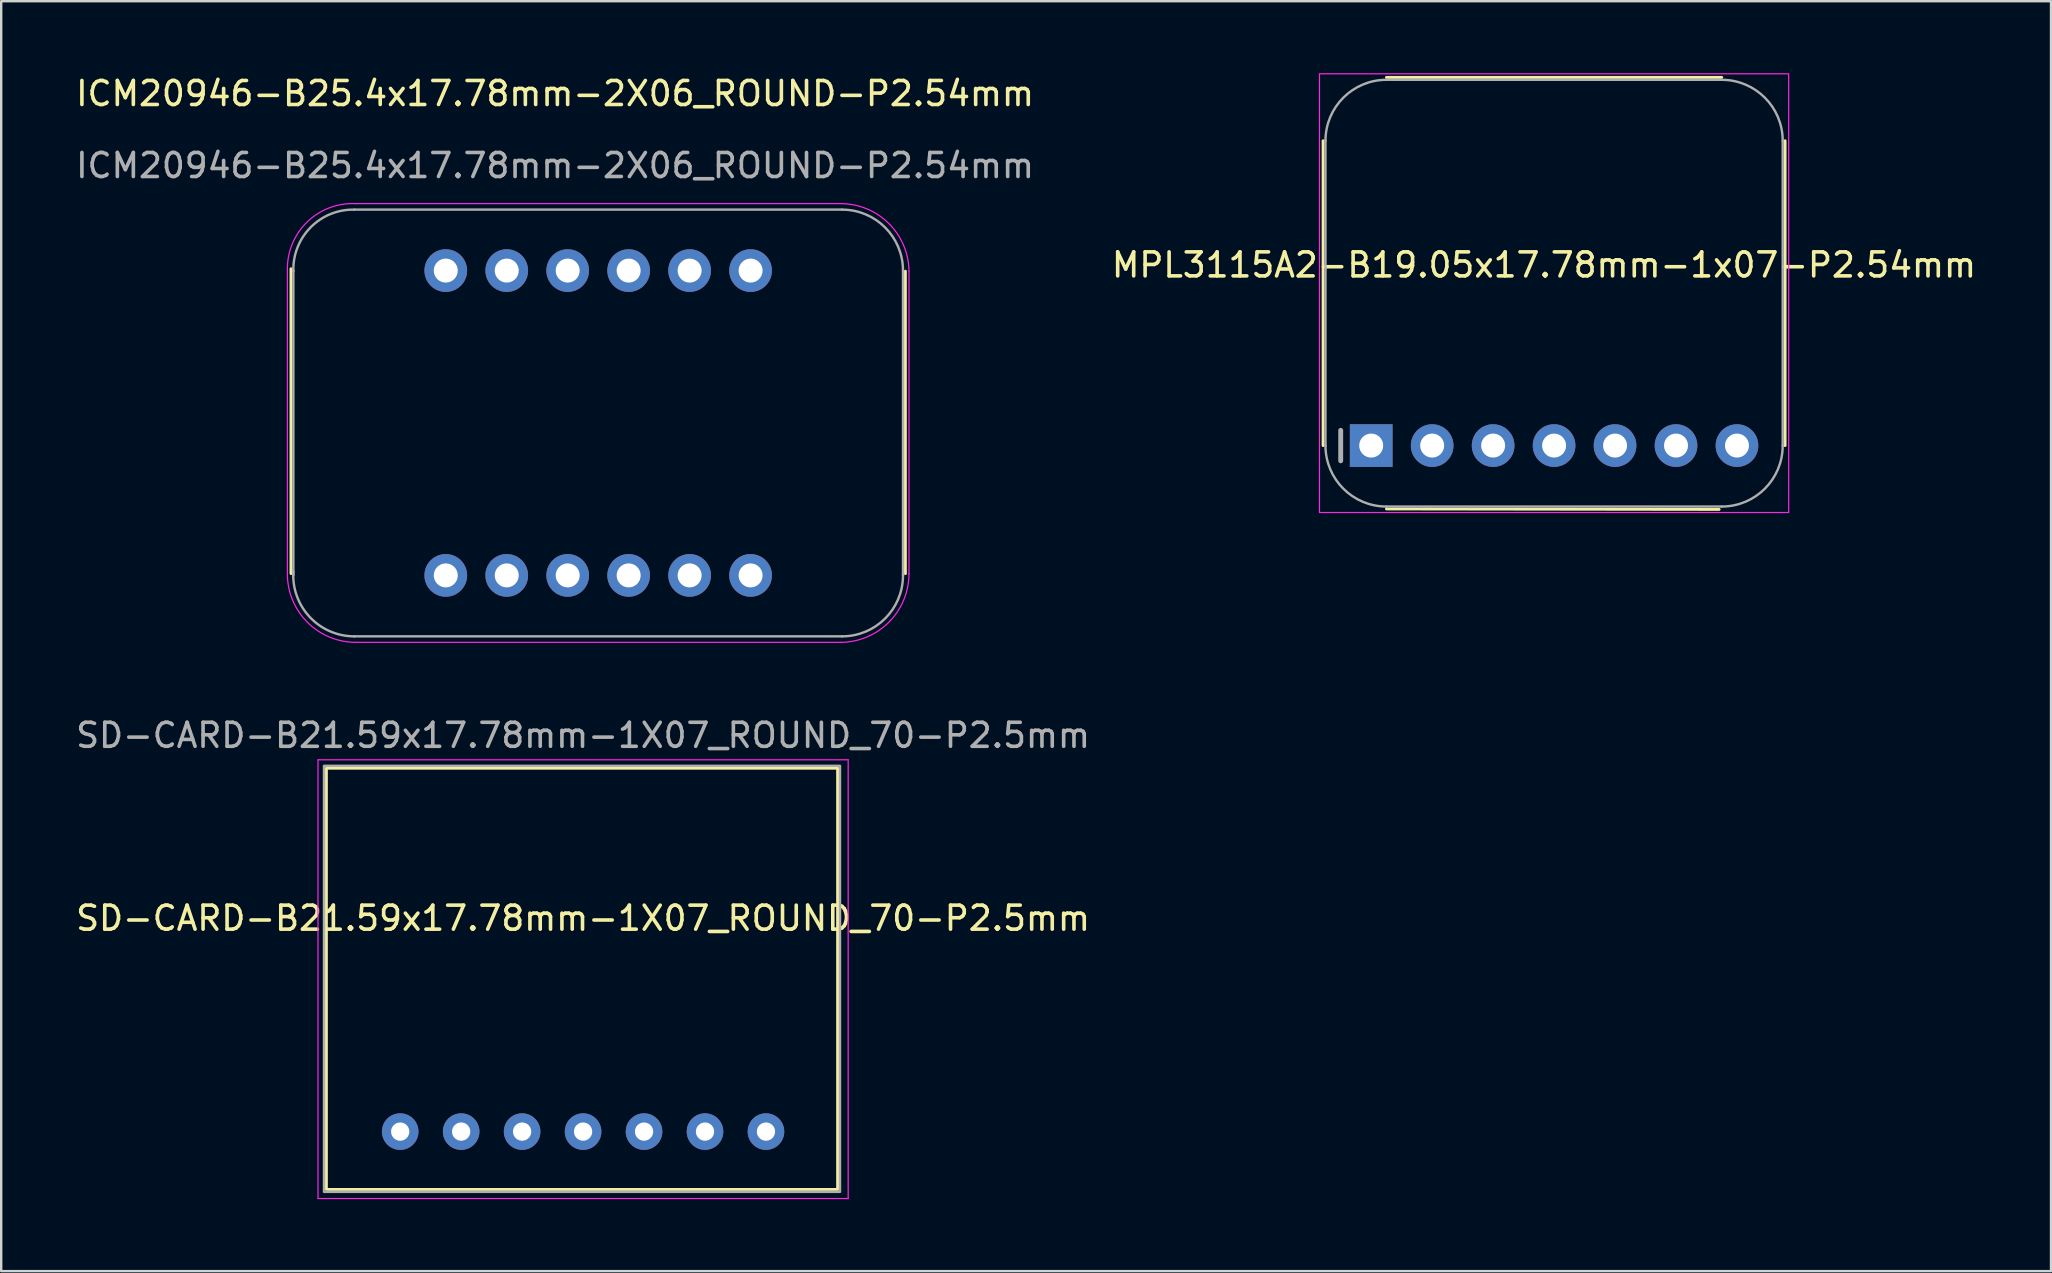
<source format=kicad_pcb>
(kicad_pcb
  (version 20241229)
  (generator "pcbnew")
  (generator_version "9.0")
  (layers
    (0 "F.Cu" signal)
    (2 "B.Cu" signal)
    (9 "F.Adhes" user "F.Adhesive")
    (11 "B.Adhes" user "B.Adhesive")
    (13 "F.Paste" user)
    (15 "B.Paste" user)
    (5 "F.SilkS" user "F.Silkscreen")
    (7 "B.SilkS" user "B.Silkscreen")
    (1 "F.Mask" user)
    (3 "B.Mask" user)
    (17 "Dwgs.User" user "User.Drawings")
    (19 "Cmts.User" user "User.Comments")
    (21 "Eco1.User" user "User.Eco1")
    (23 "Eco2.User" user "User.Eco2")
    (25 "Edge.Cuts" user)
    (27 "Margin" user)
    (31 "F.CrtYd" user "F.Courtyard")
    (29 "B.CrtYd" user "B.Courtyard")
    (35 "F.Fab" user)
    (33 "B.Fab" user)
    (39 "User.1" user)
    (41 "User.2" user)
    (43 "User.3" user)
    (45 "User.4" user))
  (footprint "MPL3115A2-B19.05x17.78mm-1x07-P2.54mm"
    (layer "F.Cu")
    (at 61.316 12.775)
    (property "Reference" "MPL3115A2-B19.05x17.78mm-1x07-P2.54mm" (at -0.036 -4.786 0) (layer "F.SilkS") (effects (font (size 1 1) (thickness 0.15))))
    (attr through_hole)
    (fp_line (start -9.24 2.74) (end -9.24 -9.96) (stroke (width 0.12) (type solid)) (layer "F.SilkS"))
    (fp_line (start -6.6 -12.6) (end 7.37 -12.6) (stroke (width 0.12) (type solid)) (layer "F.SilkS"))
    (fp_line (start -6.6 5.38) (end 7.261 5.4) (stroke (width 0.12) (type solid)) (layer "F.SilkS"))
    (fp_line (start 10.01 -9.96) (end 10.01 2.74) (stroke (width 0.12) (type solid)) (layer "F.SilkS"))
    (fp_rect (start 10.16 5.53) (end -9.39 -12.75) (stroke (width 0.05) (type solid)) (fill no) (layer "F.CrtYd"))
    (fp_line (start -9.14 2.74) (end -9.14 -9.96) (stroke (width 0.1) (type solid)) (layer "F.Fab"))
    (fp_line (start -8.505 2.105) (end -8.505 3.375) (stroke (width 0.203) (type solid)) (layer "F.Fab"))
    (fp_line (start -6.6 -12.5) (end 7.37 -12.5) (stroke (width 0.1) (type solid)) (layer "F.Fab"))
    (fp_line (start 7.37 5.28) (end -6.6 5.28) (stroke (width 0.1) (type solid)) (layer "F.Fab"))
    (fp_line (start 9.91 -9.96) (end 9.91 2.74) (stroke (width 0.1) (type solid)) (layer "F.Fab"))
    (fp_arc (start -9.14 -9.96) (mid -8.396051 -11.756051) (end -6.6 -12.5) (stroke (width 0.1) (type solid)) (layer "F.Fab"))
    (fp_arc (start -6.6 5.28) (mid -8.396051 4.536051) (end -9.14 2.74) (stroke (width 0.1) (type solid)) (layer "F.Fab"))
    (fp_arc (start 7.37 -12.5) (mid 9.166051 -11.756051) (end 9.91 -9.96) (stroke (width 0.1) (type solid)) (layer "F.Fab"))
    (fp_arc (start 9.91 2.74) (mid 9.166051 4.536051) (end 7.37 5.28) (stroke (width 0.1) (type solid)) (layer "F.Fab"))
    (pad "1" thru_hole rect (at -7.235 2.74 90) (size 1.778 1.778) (drill 1) (layers "*.Cu" "*.Mask"))
    (pad "2" thru_hole circle (at -4.695 2.74 90) (size 1.778 1.778) (drill 1) (layers "*.Cu" "*.Mask"))
    (pad "3" thru_hole circle (at -2.155 2.74 90) (size 1.778 1.778) (drill 1) (layers "*.Cu" "*.Mask"))
    (pad "4" thru_hole circle (at 0.385 2.74 90) (size 1.778 1.778) (drill 1) (layers "*.Cu" "*.Mask"))
    (pad "5" thru_hole circle (at 2.925 2.74 90) (size 1.778 1.778) (drill 1) (layers "*.Cu" "*.Mask"))
    (pad "6" thru_hole circle (at 5.465 2.74 90) (size 1.778 1.778) (drill 1) (layers "*.Cu" "*.Mask"))
    (pad "7" thru_hole circle (at 8.005 2.74 90) (size 1.778 1.778) (drill 1) (layers "*.Cu" "*.Mask")))
  (footprint "SD-CARD-B21.59x17.78mm-1X07_ROUND_70-P2.5mm"
    (layer "F.Cu")
    (at 21.244 37.748)
    (property "Reference" "SD-CARD-B21.59x17.78mm-1X07_ROUND_70-P2.5mm" (at 0 -2.54 0) (unlocked yes) (layer "F.SilkS") (effects (font (size 1 1) (thickness 0.15))))
    (attr through_hole)
    (fp_rect (start -10.695 -8.79) (end 10.605 8.76) (stroke (width 0.12) (type solid)) (fill no) (layer "F.SilkS"))
    (fp_line (start -11.045 -9.14) (end -11.045 9.14) (stroke (width 0.05) (type solid)) (layer "F.CrtYd"))
    (fp_line (start -11.045 -9.14) (end 11.045 -9.14) (stroke (width 0.05) (type solid)) (layer "F.CrtYd"))
    (fp_line (start -11.045 9.14) (end 11.045 9.14) (stroke (width 0.05) (type solid)) (layer "F.CrtYd"))
    (fp_line (start 11.045 -9.14) (end 11.045 9.14) (stroke (width 0.05) (type solid)) (layer "F.CrtYd"))
    (fp_rect (start -10.795 -8.89) (end 10.705 8.86) (stroke (width 0.1) (type solid)) (fill no) (layer "F.Fab"))
    (fp_text user "${REFERENCE}" (at 0 -10.16 0) (unlocked yes) (layer "F.Fab") (effects (font (size 1 1) (thickness 0.15))))
    (pad "1" thru_hole circle (at -7.62 6.35) (size 1.524 1.524) (drill 0.762) (layers "*.Cu" "*.Mask"))
    (pad "2" thru_hole circle (at -5.08 6.35) (size 1.524 1.524) (drill 0.762) (layers "*.Cu" "*.Mask"))
    (pad "3" thru_hole circle (at -2.54 6.35) (size 1.524 1.524) (drill 0.762) (layers "*.Cu" "*.Mask"))
    (pad "4" thru_hole circle (at 0 6.35) (size 1.524 1.524) (drill 0.762) (layers "*.Cu" "*.Mask"))
    (pad "5" thru_hole circle (at 2.54 6.35) (size 1.524 1.524) (drill 0.762) (layers "*.Cu" "*.Mask"))
    (pad "6" thru_hole circle (at 5.08 6.35) (size 1.524 1.524) (drill 0.762) (layers "*.Cu" "*.Mask"))
    (pad "7" thru_hole circle (at 7.62 6.35) (size 1.524 1.524) (drill 0.762) (layers "*.Cu" "*.Mask")))
  (footprint "ICM20946-B25.4x17.78mm-2X06_ROUND-P2.54mm"
    (layer "F.Cu")
    (at 20.077 1.348)
    (property "Reference" "ICM20946-B25.4x17.78mm-2X06_ROUND-P2.54mm" (at 0 -0.5 0) (unlocked yes) (layer "F.SilkS") (effects (font (size 1 1) (thickness 0.15))))
    (attr through_hole)
    (fp_line (start -11.004 19.5) (end -11.004 6.8) (stroke (width 0.12) (type solid)) (layer "F.SilkS"))
    (fp_line (start 14.596 19.5) (end 14.596 6.9) (stroke (width 0.12) (type solid)) (layer "F.SilkS"))
    (fp_line (start -11.154 6.8) (end -11.154 19.5) (stroke (width 0.05) (type solid)) (layer "F.CrtYd"))
    (fp_line (start -8.3 4.086) (end 11.9 4.086) (stroke (width 0.05) (type solid)) (layer "F.CrtYd"))
    (fp_line (start -8.3 22.366) (end 11.9 22.366) (stroke (width 0.05) (type solid)) (layer "F.CrtYd"))
    (fp_line (start 14.746 6.9) (end 14.746 19.5) (stroke (width 0.05) (type solid)) (layer "F.CrtYd"))
    (fp_arc (start -11.153949 6.8) (mid -10.30914 4.830829) (end -8.3 4.086051) (stroke (width 0.05) (type solid)) (layer "F.CrtYd"))
    (fp_arc (start -8.3 22.366051) (mid -10.32233 21.525867) (end -11.153949 19.5) (stroke (width 0.05) (type solid)) (layer "F.CrtYd"))
    (fp_arc (start 11.9 4.086051) (mid 13.901144 4.908311) (end 14.746051 6.9) (stroke (width 0.05) (type solid)) (layer "F.CrtYd"))
    (fp_arc (start 14.746051 19.5) (mid 13.913667 21.519546) (end 11.9 22.366051) (stroke (width 0.05) (type solid)) (layer "F.CrtYd"))
    (fp_line (start -10.904 6.876) (end -10.904 19.576) (stroke (width 0.1) (type solid)) (layer "F.Fab"))
    (fp_line (start -8.364 22.116) (end 11.956 22.116) (stroke (width 0.1) (type solid)) (layer "F.Fab"))
    (fp_line (start 11.956 4.336) (end -8.364 4.336) (stroke (width 0.1) (type solid)) (layer "F.Fab"))
    (fp_line (start 14.496 19.576) (end 14.496 6.876) (stroke (width 0.1) (type solid)) (layer "F.Fab"))
    (fp_arc (start -10.903948 6.900017) (mid -10.18389 5.073233) (end -8.363949 4.336051) (stroke (width 0.1) (type solid)) (layer "F.Fab"))
    (fp_arc (start -8.363949 22.116051) (mid -10.223026 21.30892) (end -10.903949 19.4) (stroke (width 0.1) (type solid)) (layer "F.Fab"))
    (fp_arc (start 11.956051 4.336051) (mid 13.752102 5.08) (end 14.496051 6.876051) (stroke (width 0.1) (type solid)) (layer "F.Fab"))
    (fp_arc (start 14.496051 19.576051) (mid 13.752102 21.372102) (end 11.956051 22.116051) (stroke (width 0.1) (type solid)) (layer "F.Fab"))
    (fp_text user "${REFERENCE}" (at 0 2.5 0) (unlocked yes) (layer "F.Fab") (effects (font (size 1 1) (thickness 0.15))))
    (pad "1" thru_hole circle (at -4.554 19.576 90) (size 1.778 1.778) (drill 1) (layers "*.Cu" "*.Mask"))
    (pad "2" thru_hole circle (at -2.014 19.576 90) (size 1.778 1.778) (drill 1) (layers "*.Cu" "*.Mask"))
    (pad "3" thru_hole circle (at 0.526 19.576 90) (size 1.778 1.778) (drill 1) (layers "*.Cu" "*.Mask"))
    (pad "4" thru_hole circle (at 3.066 19.576 90) (size 1.778 1.778) (drill 1) (layers "*.Cu" "*.Mask"))
    (pad "5" thru_hole circle (at 5.606 19.576 90) (size 1.778 1.778) (drill 1) (layers "*.Cu" "*.Mask"))
    (pad "6" thru_hole circle (at 8.146 19.576 90) (size 1.778 1.778) (drill 1) (layers "*.Cu" "*.Mask"))
    (pad "7" thru_hole circle (at -4.554 6.876 270) (size 1.778 1.778) (drill 1) (layers "*.Cu" "*.Mask"))
    (pad "8" thru_hole circle (at -2.014 6.876 270) (size 1.778 1.778) (drill 1) (layers "*.Cu" "*.Mask"))
    (pad "9" thru_hole circle (at 0.526 6.876 270) (size 1.778 1.778) (drill 1) (layers "*.Cu" "*.Mask"))
    (pad "10" thru_hole circle (at 3.066 6.876 270) (size 1.778 1.778) (drill 1) (layers "*.Cu" "*.Mask"))
    (pad "11" thru_hole circle (at 5.606 6.876 270) (size 1.778 1.778) (drill 1) (layers "*.Cu" "*.Mask"))
    (pad "12" thru_hole circle (at 8.146 6.876 270) (size 1.778 1.778) (drill 1) (layers "*.Cu" "*.Mask")))
  (gr_rect
    (start -3 -3)
    (end 82.405 49.913)
    (stroke (width 0.1) (type default))
    (fill no)
    (layer "Edge.Cuts")))
</source>
